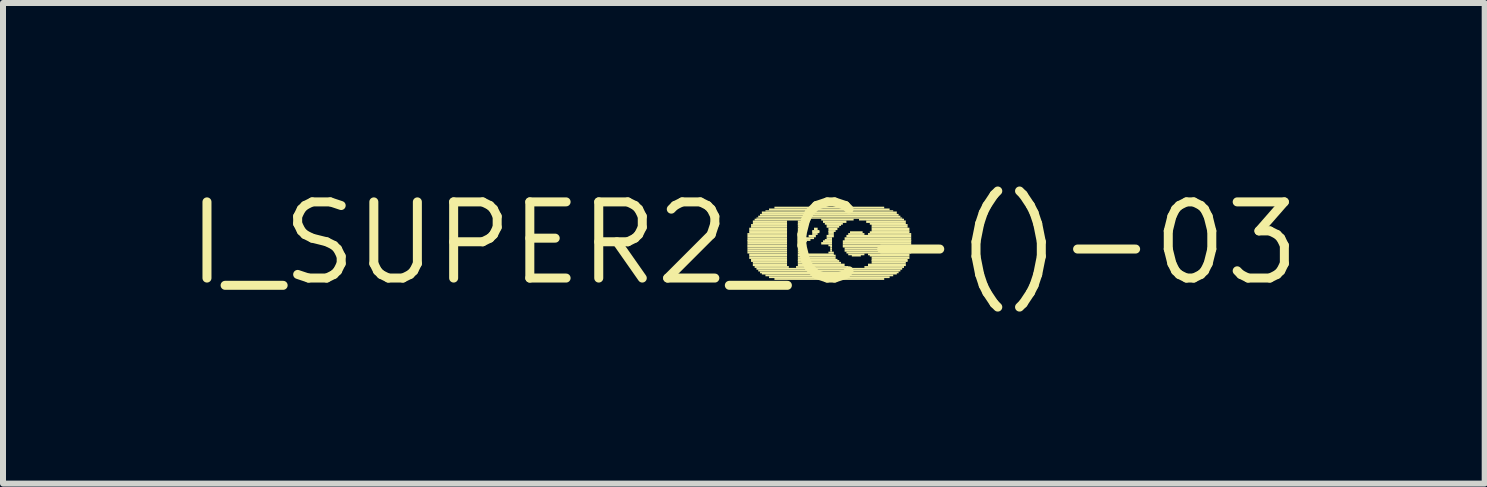
<source format=kicad_pcb>
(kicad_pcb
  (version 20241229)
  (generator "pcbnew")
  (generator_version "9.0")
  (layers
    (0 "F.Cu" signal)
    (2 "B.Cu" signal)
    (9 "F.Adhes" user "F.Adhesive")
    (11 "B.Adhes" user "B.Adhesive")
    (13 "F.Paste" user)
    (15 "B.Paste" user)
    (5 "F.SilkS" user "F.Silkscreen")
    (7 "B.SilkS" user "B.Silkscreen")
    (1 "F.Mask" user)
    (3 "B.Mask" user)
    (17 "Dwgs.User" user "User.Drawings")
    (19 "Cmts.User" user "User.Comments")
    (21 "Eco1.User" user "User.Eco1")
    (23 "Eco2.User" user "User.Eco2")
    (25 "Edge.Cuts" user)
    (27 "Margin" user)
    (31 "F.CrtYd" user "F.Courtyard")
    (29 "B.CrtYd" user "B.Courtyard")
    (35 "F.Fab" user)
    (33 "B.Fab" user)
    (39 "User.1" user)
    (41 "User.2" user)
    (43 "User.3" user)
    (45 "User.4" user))
  (footprint "I_SUPER2_C-()-03"
    (layer "F.Cu")
    (at 9.351 1.006)
    (property "Reference" "I_SUPER2_C-()-03" (at 0 0 0) (layer "F.SilkS") (effects (font (size 1.27 1.27) (thickness 0.15))))
    (fp_poly (pts (xy 0.06 -0.14) (xy 0.72 -0.14) (xy 0.72 -0.17) (xy 0.06 -0.17)) (stroke (width 0) (type solid)) (fill yes) (layer "F.SilkS"))
    (fp_poly (pts (xy 0.06 -0.1) (xy 0.72 -0.1) (xy 0.72 -0.14) (xy 0.06 -0.14)) (stroke (width 0) (type solid)) (fill yes) (layer "F.SilkS"))
    (fp_poly (pts (xy 0.06 -0.07) (xy 0.72 -0.07) (xy 0.72 -0.1) (xy 0.06 -0.1)) (stroke (width 0) (type solid)) (fill yes) (layer "F.SilkS"))
    (fp_poly (pts (xy 0.06 -0.04) (xy 0.72 -0.04) (xy 0.72 -0.07) (xy 0.06 -0.07)) (stroke (width 0) (type solid)) (fill yes) (layer "F.SilkS"))
    (fp_poly (pts (xy 0.06 -0.02) (xy 0.72 -0.02) (xy 0.72 -0.05) (xy 0.06 -0.05)) (stroke (width 0) (type solid)) (fill yes) (layer "F.SilkS"))
    (fp_poly (pts (xy 0.06 0.02) (xy 0.72 0.02) (xy 0.72 -0.02) (xy 0.06 -0.02)) (stroke (width 0) (type solid)) (fill yes) (layer "F.SilkS"))
    (fp_poly (pts (xy 0.06 0.05) (xy 0.72 0.05) (xy 0.72 0.02) (xy 0.06 0.02)) (stroke (width 0) (type solid)) (fill yes) (layer "F.SilkS"))
    (fp_poly (pts (xy 0.06 0.07) (xy 0.72 0.07) (xy 0.72 0.04) (xy 0.06 0.04)) (stroke (width 0) (type solid)) (fill yes) (layer "F.SilkS"))
    (fp_poly (pts (xy 0.06 0.1) (xy 0.72 0.1) (xy 0.72 0.07) (xy 0.06 0.07)) (stroke (width 0) (type solid)) (fill yes) (layer "F.SilkS"))
    (fp_poly (pts (xy 0.06 0.14) (xy 0.72 0.14) (xy 0.72 0.1) (xy 0.06 0.1)) (stroke (width 0) (type solid)) (fill yes) (layer "F.SilkS"))
    (fp_poly (pts (xy 0.06 0.17) (xy 0.72 0.17) (xy 0.72 0.14) (xy 0.06 0.14)) (stroke (width 0) (type solid)) (fill yes) (layer "F.SilkS"))
    (fp_poly (pts (xy 0.09 -0.22) (xy 0.72 -0.22) (xy 0.72 -0.26) (xy 0.09 -0.26)) (stroke (width 0) (type solid)) (fill yes) (layer "F.SilkS"))
    (fp_poly (pts (xy 0.09 -0.19) (xy 0.72 -0.19) (xy 0.72 -0.22) (xy 0.09 -0.22)) (stroke (width 0) (type solid)) (fill yes) (layer "F.SilkS"))
    (fp_poly (pts (xy 0.09 -0.17) (xy 0.72 -0.17) (xy 0.72 -0.2) (xy 0.09 -0.2)) (stroke (width 0) (type solid)) (fill yes) (layer "F.SilkS"))
    (fp_poly (pts (xy 0.09 0.2) (xy 0.72 0.2) (xy 0.72 0.17) (xy 0.09 0.17)) (stroke (width 0) (type solid)) (fill yes) (layer "F.SilkS"))
    (fp_poly (pts (xy 0.09 0.22) (xy 0.72 0.22) (xy 0.72 0.19) (xy 0.09 0.19)) (stroke (width 0) (type solid)) (fill yes) (layer "F.SilkS"))
    (fp_poly (pts (xy 0.09 0.26) (xy 0.72 0.26) (xy 0.72 0.22) (xy 0.09 0.22)) (stroke (width 0) (type solid)) (fill yes) (layer "F.SilkS"))
    (fp_poly (pts (xy 0.12 -0.29) (xy 0.72 -0.29) (xy 0.72 -0.32) (xy 0.12 -0.32)) (stroke (width 0) (type solid)) (fill yes) (layer "F.SilkS"))
    (fp_poly (pts (xy 0.12 -0.26) (xy 0.72 -0.26) (xy 0.72 -0.29) (xy 0.12 -0.29)) (stroke (width 0) (type solid)) (fill yes) (layer "F.SilkS"))
    (fp_poly (pts (xy 0.12 0.29) (xy 0.72 0.29) (xy 0.72 0.26) (xy 0.12 0.26)) (stroke (width 0) (type solid)) (fill yes) (layer "F.SilkS"))
    (fp_poly (pts (xy 0.12 0.31) (xy 0.72 0.31) (xy 0.72 0.28) (xy 0.12 0.28)) (stroke (width 0) (type solid)) (fill yes) (layer "F.SilkS"))
    (fp_poly (pts (xy 0.15 -0.34) (xy 0.72 -0.34) (xy 0.72 -0.38) (xy 0.15 -0.38)) (stroke (width 0) (type solid)) (fill yes) (layer "F.SilkS"))
    (fp_poly (pts (xy 0.15 -0.31) (xy 0.72 -0.31) (xy 0.72 -0.34) (xy 0.15 -0.34)) (stroke (width 0) (type solid)) (fill yes) (layer "F.SilkS"))
    (fp_poly (pts (xy 0.15 0.34) (xy 0.72 0.34) (xy 0.72 0.31) (xy 0.15 0.31)) (stroke (width 0) (type solid)) (fill yes) (layer "F.SilkS"))
    (fp_poly (pts (xy 0.15 0.38) (xy 0.72 0.38) (xy 0.72 0.34) (xy 0.15 0.34)) (stroke (width 0) (type solid)) (fill yes) (layer "F.SilkS"))
    (fp_poly (pts (xy 0.18 -0.38) (xy 1.11 -0.38) (xy 1.11 -0.41) (xy 0.18 -0.41)) (stroke (width 0) (type solid)) (fill yes) (layer "F.SilkS"))
    (fp_poly (pts (xy 0.18 0.41) (xy 0.75 0.41) (xy 0.75 0.38) (xy 0.18 0.38)) (stroke (width 0) (type solid)) (fill yes) (layer "F.SilkS"))
    (fp_poly (pts (xy 0.21 -0.41) (xy 2.64 -0.41) (xy 2.64 -0.43) (xy 0.21 -0.43)) (stroke (width 0) (type solid)) (fill yes) (layer "F.SilkS"))
    (fp_poly (pts (xy 0.21 0.44) (xy 2.64 0.44) (xy 2.64 0.41) (xy 0.21 0.41)) (stroke (width 0) (type solid)) (fill yes) (layer "F.SilkS"))
    (fp_poly (pts (xy 0.24 -0.43) (xy 2.61 -0.43) (xy 2.61 -0.46) (xy 0.24 -0.46)) (stroke (width 0) (type solid)) (fill yes) (layer "F.SilkS"))
    (fp_poly (pts (xy 0.24 0.47) (xy 2.61 0.47) (xy 2.61 0.44) (xy 0.24 0.44)) (stroke (width 0) (type solid)) (fill yes) (layer "F.SilkS"))
    (fp_poly (pts (xy 0.27 -0.46) (xy 2.58 -0.46) (xy 2.58 -0.49) (xy 0.27 -0.49)) (stroke (width 0) (type solid)) (fill yes) (layer "F.SilkS"))
    (fp_poly (pts (xy 0.27 0.5) (xy 2.58 0.5) (xy 2.58 0.47) (xy 0.27 0.47)) (stroke (width 0) (type solid)) (fill yes) (layer "F.SilkS"))
    (fp_poly (pts (xy 0.3 -0.49) (xy 2.55 -0.49) (xy 2.55 -0.53) (xy 0.3 -0.53)) (stroke (width 0) (type solid)) (fill yes) (layer "F.SilkS"))
    (fp_poly (pts (xy 0.3 0.52) (xy 2.55 0.52) (xy 2.55 0.49) (xy 0.3 0.49)) (stroke (width 0) (type solid)) (fill yes) (layer "F.SilkS"))
    (fp_poly (pts (xy 0.36 -0.53) (xy 2.49 -0.53) (xy 2.49 -0.55) (xy 0.36 -0.55)) (stroke (width 0) (type solid)) (fill yes) (layer "F.SilkS"))
    (fp_poly (pts (xy 0.36 0.55) (xy 2.49 0.55) (xy 2.49 0.52) (xy 0.36 0.52)) (stroke (width 0) (type solid)) (fill yes) (layer "F.SilkS"))
    (fp_poly (pts (xy 0.42 -0.55) (xy 2.43 -0.55) (xy 2.43 -0.58) (xy 0.42 -0.58)) (stroke (width 0) (type solid)) (fill yes) (layer "F.SilkS"))
    (fp_poly (pts (xy 0.42 0.58) (xy 2.43 0.58) (xy 2.43 0.55) (xy 0.42 0.55)) (stroke (width 0) (type solid)) (fill yes) (layer "F.SilkS"))
    (fp_poly (pts (xy 0.51 -0.58) (xy 2.34 -0.58) (xy 2.34 -0.61) (xy 0.51 -0.61)) (stroke (width 0) (type solid)) (fill yes) (layer "F.SilkS"))
    (fp_poly (pts (xy 0.51 0.61) (xy 2.34 0.61) (xy 2.34 0.58) (xy 0.51 0.58)) (stroke (width 0) (type solid)) (fill yes) (layer "F.SilkS"))
    (fp_poly (pts (xy 0.87 0.41) (xy 1.74 0.41) (xy 1.74 0.38) (xy 0.87 0.38)) (stroke (width 0) (type solid)) (fill yes) (layer "F.SilkS"))
    (fp_poly (pts (xy 0.9 -0.34) (xy 1.05 -0.34) (xy 1.05 -0.38) (xy 0.9 -0.38)) (stroke (width 0) (type solid)) (fill yes) (layer "F.SilkS"))
    (fp_poly (pts (xy 0.9 -0.31) (xy 1.02 -0.31) (xy 1.02 -0.34) (xy 0.9 -0.34)) (stroke (width 0) (type solid)) (fill yes) (layer "F.SilkS"))
    (fp_poly (pts (xy 0.9 -0.29) (xy 1.02 -0.29) (xy 1.02 -0.32) (xy 0.9 -0.32)) (stroke (width 0) (type solid)) (fill yes) (layer "F.SilkS"))
    (fp_poly (pts (xy 0.9 -0.26) (xy 0.99 -0.26) (xy 0.99 -0.29) (xy 0.9 -0.29)) (stroke (width 0) (type solid)) (fill yes) (layer "F.SilkS"))
    (fp_poly (pts (xy 0.9 -0.22) (xy 0.99 -0.22) (xy 0.99 -0.26) (xy 0.9 -0.26)) (stroke (width 0) (type solid)) (fill yes) (layer "F.SilkS"))
    (fp_poly (pts (xy 0.9 -0.19) (xy 0.99 -0.19) (xy 0.99 -0.22) (xy 0.9 -0.22)) (stroke (width 0) (type solid)) (fill yes) (layer "F.SilkS"))
    (fp_poly (pts (xy 0.9 -0.17) (xy 0.99 -0.17) (xy 0.99 -0.2) (xy 0.9 -0.2)) (stroke (width 0) (type solid)) (fill yes) (layer "F.SilkS"))
    (fp_poly (pts (xy 0.9 -0.14) (xy 0.99 -0.14) (xy 0.99 -0.17) (xy 0.9 -0.17)) (stroke (width 0) (type solid)) (fill yes) (layer "F.SilkS"))
    (fp_poly (pts (xy 0.9 -0.1) (xy 1.02 -0.1) (xy 1.02 -0.14) (xy 0.9 -0.14)) (stroke (width 0) (type solid)) (fill yes) (layer "F.SilkS"))
    (fp_poly (pts (xy 0.9 -0.07) (xy 1.17 -0.07) (xy 1.17 -0.1) (xy 0.9 -0.1)) (stroke (width 0) (type solid)) (fill yes) (layer "F.SilkS"))
    (fp_poly (pts (xy 0.9 -0.04) (xy 1.11 -0.04) (xy 1.11 -0.07) (xy 0.9 -0.07)) (stroke (width 0) (type solid)) (fill yes) (layer "F.SilkS"))
    (fp_poly (pts (xy 0.9 -0.02) (xy 1.05 -0.02) (xy 1.05 -0.05) (xy 0.9 -0.05)) (stroke (width 0) (type solid)) (fill yes) (layer "F.SilkS"))
    (fp_poly (pts (xy 0.9 0.02) (xy 1.02 0.02) (xy 1.02 -0.02) (xy 0.9 -0.02)) (stroke (width 0) (type solid)) (fill yes) (layer "F.SilkS"))
    (fp_poly (pts (xy 0.9 0.05) (xy 0.99 0.05) (xy 0.99 0.02) (xy 0.9 0.02)) (stroke (width 0) (type solid)) (fill yes) (layer "F.SilkS"))
    (fp_poly (pts (xy 0.9 0.07) (xy 0.99 0.07) (xy 0.99 0.04) (xy 0.9 0.04)) (stroke (width 0) (type solid)) (fill yes) (layer "F.SilkS"))
    (fp_poly (pts (xy 0.9 0.1) (xy 0.99 0.1) (xy 0.99 0.07) (xy 0.9 0.07)) (stroke (width 0) (type solid)) (fill yes) (layer "F.SilkS"))
    (fp_poly (pts (xy 0.9 0.14) (xy 0.99 0.14) (xy 0.99 0.1) (xy 0.9 0.1)) (stroke (width 0) (type solid)) (fill yes) (layer "F.SilkS"))
    (fp_poly (pts (xy 0.9 0.17) (xy 1.02 0.17) (xy 1.02 0.14) (xy 0.9 0.14)) (stroke (width 0) (type solid)) (fill yes) (layer "F.SilkS"))
    (fp_poly (pts (xy 0.9 0.2) (xy 1.5 0.2) (xy 1.5 0.17) (xy 0.9 0.17)) (stroke (width 0) (type solid)) (fill yes) (layer "F.SilkS"))
    (fp_poly (pts (xy 0.9 0.22) (xy 1.53 0.22) (xy 1.53 0.19) (xy 0.9 0.19)) (stroke (width 0) (type solid)) (fill yes) (layer "F.SilkS"))
    (fp_poly (pts (xy 0.9 0.26) (xy 1.53 0.26) (xy 1.53 0.22) (xy 0.9 0.22)) (stroke (width 0) (type solid)) (fill yes) (layer "F.SilkS"))
    (fp_poly (pts (xy 0.9 0.29) (xy 1.56 0.29) (xy 1.56 0.26) (xy 0.9 0.26)) (stroke (width 0) (type solid)) (fill yes) (layer "F.SilkS"))
    (fp_poly (pts (xy 0.9 0.31) (xy 1.59 0.31) (xy 1.59 0.28) (xy 0.9 0.28)) (stroke (width 0) (type solid)) (fill yes) (layer "F.SilkS"))
    (fp_poly (pts (xy 0.9 0.34) (xy 1.62 0.34) (xy 1.62 0.31) (xy 0.9 0.31)) (stroke (width 0) (type solid)) (fill yes) (layer "F.SilkS"))
    (fp_poly (pts (xy 0.9 0.38) (xy 1.68 0.38) (xy 1.68 0.34) (xy 0.9 0.34)) (stroke (width 0) (type solid)) (fill yes) (layer "F.SilkS"))
    (fp_poly (pts (xy 1.08 -0.1) (xy 1.2 -0.1) (xy 1.2 -0.14) (xy 1.08 -0.14)) (stroke (width 0) (type solid)) (fill yes) (layer "F.SilkS"))
    (fp_poly (pts (xy 1.14 -0.19) (xy 1.26 -0.19) (xy 1.26 -0.22) (xy 1.14 -0.22)) (stroke (width 0) (type solid)) (fill yes) (layer "F.SilkS"))
    (fp_poly (pts (xy 1.14 -0.17) (xy 1.26 -0.17) (xy 1.26 -0.2) (xy 1.14 -0.2)) (stroke (width 0) (type solid)) (fill yes) (layer "F.SilkS"))
    (fp_poly (pts (xy 1.14 -0.14) (xy 1.23 -0.14) (xy 1.23 -0.17) (xy 1.14 -0.17)) (stroke (width 0) (type solid)) (fill yes) (layer "F.SilkS"))
    (fp_poly (pts (xy 1.17 -0.22) (xy 1.23 -0.22) (xy 1.23 -0.26) (xy 1.17 -0.26)) (stroke (width 0) (type solid)) (fill yes) (layer "F.SilkS"))
    (fp_poly (pts (xy 1.29 -0.38) (xy 1.83 -0.38) (xy 1.83 -0.41) (xy 1.29 -0.41)) (stroke (width 0) (type solid)) (fill yes) (layer "F.SilkS"))
    (fp_poly (pts (xy 1.29 0.02) (xy 1.47 0.02) (xy 1.47 -0.02) (xy 1.29 -0.02)) (stroke (width 0) (type solid)) (fill yes) (layer "F.SilkS"))
    (fp_poly (pts (xy 1.32 -0.34) (xy 1.71 -0.34) (xy 1.71 -0.38) (xy 1.32 -0.38)) (stroke (width 0) (type solid)) (fill yes) (layer "F.SilkS"))
    (fp_poly (pts (xy 1.32 -0.02) (xy 1.47 -0.02) (xy 1.47 -0.05) (xy 1.32 -0.05)) (stroke (width 0) (type solid)) (fill yes) (layer "F.SilkS"))
    (fp_poly (pts (xy 1.35 -0.31) (xy 1.65 -0.31) (xy 1.65 -0.34) (xy 1.35 -0.34)) (stroke (width 0) (type solid)) (fill yes) (layer "F.SilkS"))
    (fp_poly (pts (xy 1.35 -0.04) (xy 1.47 -0.04) (xy 1.47 -0.07) (xy 1.35 -0.07)) (stroke (width 0) (type solid)) (fill yes) (layer "F.SilkS"))
    (fp_poly (pts (xy 1.38 -0.29) (xy 1.62 -0.29) (xy 1.62 -0.32) (xy 1.38 -0.32)) (stroke (width 0) (type solid)) (fill yes) (layer "F.SilkS"))
    (fp_poly (pts (xy 1.38 -0.26) (xy 1.59 -0.26) (xy 1.59 -0.29) (xy 1.38 -0.29)) (stroke (width 0) (type solid)) (fill yes) (layer "F.SilkS"))
    (fp_poly (pts (xy 1.38 -0.1) (xy 1.5 -0.1) (xy 1.5 -0.14) (xy 1.38 -0.14)) (stroke (width 0) (type solid)) (fill yes) (layer "F.SilkS"))
    (fp_poly (pts (xy 1.38 -0.07) (xy 1.47 -0.07) (xy 1.47 -0.1) (xy 1.38 -0.1)) (stroke (width 0) (type solid)) (fill yes) (layer "F.SilkS"))
    (fp_poly (pts (xy 1.41 -0.22) (xy 1.56 -0.22) (xy 1.56 -0.26) (xy 1.41 -0.26)) (stroke (width 0) (type solid)) (fill yes) (layer "F.SilkS"))
    (fp_poly (pts (xy 1.41 -0.19) (xy 1.53 -0.19) (xy 1.53 -0.22) (xy 1.41 -0.22)) (stroke (width 0) (type solid)) (fill yes) (layer "F.SilkS"))
    (fp_poly (pts (xy 1.41 -0.17) (xy 1.5 -0.17) (xy 1.5 -0.2) (xy 1.41 -0.2)) (stroke (width 0) (type solid)) (fill yes) (layer "F.SilkS"))
    (fp_poly (pts (xy 1.41 -0.14) (xy 1.5 -0.14) (xy 1.5 -0.17) (xy 1.41 -0.17)) (stroke (width 0) (type solid)) (fill yes) (layer "F.SilkS"))
    (fp_poly (pts (xy 1.41 0.05) (xy 1.47 0.05) (xy 1.47 0.02) (xy 1.41 0.02)) (stroke (width 0) (type solid)) (fill yes) (layer "F.SilkS"))
    (fp_poly (pts (xy 1.41 0.17) (xy 1.5 0.17) (xy 1.5 0.14) (xy 1.41 0.14)) (stroke (width 0) (type solid)) (fill yes) (layer "F.SilkS"))
    (fp_poly (pts (xy 1.44 0.07) (xy 1.47 0.07) (xy 1.47 0.04) (xy 1.44 0.04)) (stroke (width 0) (type solid)) (fill yes) (layer "F.SilkS"))
    (fp_poly (pts (xy 1.44 0.1) (xy 1.47 0.1) (xy 1.47 0.07) (xy 1.44 0.07)) (stroke (width 0) (type solid)) (fill yes) (layer "F.SilkS"))
    (fp_poly (pts (xy 1.44 0.14) (xy 1.47 0.14) (xy 1.47 0.1) (xy 1.44 0.1)) (stroke (width 0) (type solid)) (fill yes) (layer "F.SilkS"))
    (fp_poly (pts (xy 1.65 -0.02) (xy 2.79 -0.02) (xy 2.79 -0.05) (xy 1.65 -0.05)) (stroke (width 0) (type solid)) (fill yes) (layer "F.SilkS"))
    (fp_poly (pts (xy 1.65 0.02) (xy 2.79 0.02) (xy 2.79 -0.02) (xy 1.65 -0.02)) (stroke (width 0) (type solid)) (fill yes) (layer "F.SilkS"))
    (fp_poly (pts (xy 1.65 0.05) (xy 2.79 0.05) (xy 2.79 0.02) (xy 1.65 0.02)) (stroke (width 0) (type solid)) (fill yes) (layer "F.SilkS"))
    (fp_poly (pts (xy 1.65 0.07) (xy 2.79 0.07) (xy 2.79 0.04) (xy 1.65 0.04)) (stroke (width 0) (type solid)) (fill yes) (layer "F.SilkS"))
    (fp_poly (pts (xy 1.68 -0.07) (xy 2.79 -0.07) (xy 2.79 -0.1) (xy 1.68 -0.1)) (stroke (width 0) (type solid)) (fill yes) (layer "F.SilkS"))
    (fp_poly (pts (xy 1.68 -0.04) (xy 2.79 -0.04) (xy 2.79 -0.07) (xy 1.68 -0.07)) (stroke (width 0) (type solid)) (fill yes) (layer "F.SilkS"))
    (fp_poly (pts (xy 1.68 0.1) (xy 2.79 0.1) (xy 2.79 0.07) (xy 1.68 0.07)) (stroke (width 0) (type solid)) (fill yes) (layer "F.SilkS"))
    (fp_poly (pts (xy 1.68 0.14) (xy 2.79 0.14) (xy 2.79 0.1) (xy 1.68 0.1)) (stroke (width 0) (type solid)) (fill yes) (layer "F.SilkS"))
    (fp_poly (pts (xy 1.71 -0.1) (xy 2.79 -0.1) (xy 2.79 -0.14) (xy 1.71 -0.14)) (stroke (width 0) (type solid)) (fill yes) (layer "F.SilkS"))
    (fp_poly (pts (xy 1.71 0.17) (xy 2.79 0.17) (xy 2.79 0.14) (xy 1.71 0.14)) (stroke (width 0) (type solid)) (fill yes) (layer "F.SilkS"))
    (fp_poly (pts (xy 1.74 -0.14) (xy 2.01 -0.14) (xy 2.01 -0.17) (xy 1.74 -0.17)) (stroke (width 0) (type solid)) (fill yes) (layer "F.SilkS"))
    (fp_poly (pts (xy 1.74 0.2) (xy 2.01 0.2) (xy 2.01 0.17) (xy 1.74 0.17)) (stroke (width 0) (type solid)) (fill yes) (layer "F.SilkS"))
    (fp_poly (pts (xy 1.77 -0.17) (xy 1.98 -0.17) (xy 1.98 -0.2) (xy 1.77 -0.2)) (stroke (width 0) (type solid)) (fill yes) (layer "F.SilkS"))
    (fp_poly (pts (xy 1.8 0.22) (xy 1.95 0.22) (xy 1.95 0.19) (xy 1.8 0.19)) (stroke (width 0) (type solid)) (fill yes) (layer "F.SilkS"))
    (fp_poly (pts (xy 1.92 -0.38) (xy 2.67 -0.38) (xy 2.67 -0.41) (xy 1.92 -0.41)) (stroke (width 0) (type solid)) (fill yes) (layer "F.SilkS"))
    (fp_poly (pts (xy 2.01 0.41) (xy 2.67 0.41) (xy 2.67 0.38) (xy 2.01 0.38)) (stroke (width 0) (type solid)) (fill yes) (layer "F.SilkS"))
    (fp_poly (pts (xy 2.04 -0.34) (xy 2.7 -0.34) (xy 2.7 -0.38) (xy 2.04 -0.38)) (stroke (width 0) (type solid)) (fill yes) (layer "F.SilkS"))
    (fp_poly (pts (xy 2.07 -0.14) (xy 2.79 -0.14) (xy 2.79 -0.17) (xy 2.07 -0.17)) (stroke (width 0) (type solid)) (fill yes) (layer "F.SilkS"))
    (fp_poly (pts (xy 2.07 0.2) (xy 2.76 0.2) (xy 2.76 0.17) (xy 2.07 0.17)) (stroke (width 0) (type solid)) (fill yes) (layer "F.SilkS"))
    (fp_poly (pts (xy 2.07 0.38) (xy 2.7 0.38) (xy 2.7 0.34) (xy 2.07 0.34)) (stroke (width 0) (type solid)) (fill yes) (layer "F.SilkS"))
    (fp_poly (pts (xy 2.1 -0.31) (xy 2.7 -0.31) (xy 2.7 -0.34) (xy 2.1 -0.34)) (stroke (width 0) (type solid)) (fill yes) (layer "F.SilkS"))
    (fp_poly (pts (xy 2.1 -0.17) (xy 2.76 -0.17) (xy 2.76 -0.2) (xy 2.1 -0.2)) (stroke (width 0) (type solid)) (fill yes) (layer "F.SilkS"))
    (fp_poly (pts (xy 2.1 0.22) (xy 2.76 0.22) (xy 2.76 0.19) (xy 2.1 0.19)) (stroke (width 0) (type solid)) (fill yes) (layer "F.SilkS"))
    (fp_poly (pts (xy 2.13 -0.29) (xy 2.73 -0.29) (xy 2.73 -0.32) (xy 2.13 -0.32)) (stroke (width 0) (type solid)) (fill yes) (layer "F.SilkS"))
    (fp_poly (pts (xy 2.13 -0.26) (xy 2.73 -0.26) (xy 2.73 -0.29) (xy 2.13 -0.29)) (stroke (width 0) (type solid)) (fill yes) (layer "F.SilkS"))
    (fp_poly (pts (xy 2.13 -0.22) (xy 2.76 -0.22) (xy 2.76 -0.26) (xy 2.13 -0.26)) (stroke (width 0) (type solid)) (fill yes) (layer "F.SilkS"))
    (fp_poly (pts (xy 2.13 -0.19) (xy 2.76 -0.19) (xy 2.76 -0.22) (xy 2.13 -0.22)) (stroke (width 0) (type solid)) (fill yes) (layer "F.SilkS"))
    (fp_poly (pts (xy 2.13 0.26) (xy 2.76 0.26) (xy 2.76 0.22) (xy 2.13 0.22)) (stroke (width 0) (type solid)) (fill yes) (layer "F.SilkS"))
    (fp_poly (pts (xy 2.13 0.29) (xy 2.73 0.29) (xy 2.73 0.26) (xy 2.13 0.26)) (stroke (width 0) (type solid)) (fill yes) (layer "F.SilkS"))
    (fp_poly (pts (xy 2.13 0.31) (xy 2.73 0.31) (xy 2.73 0.28) (xy 2.13 0.28)) (stroke (width 0) (type solid)) (fill yes) (layer "F.SilkS"))
    (fp_poly (pts (xy 2.13 0.34) (xy 2.7 0.34) (xy 2.7 0.31) (xy 2.13 0.31)) (stroke (width 0) (type solid)) (fill yes) (layer "F.SilkS")))
  (gr_rect
    (start -3 -3)
    (end 21.702 5.012)
    (stroke (width 0.1) (type default))
    (fill no)
    (layer "Edge.Cuts")))
</source>
